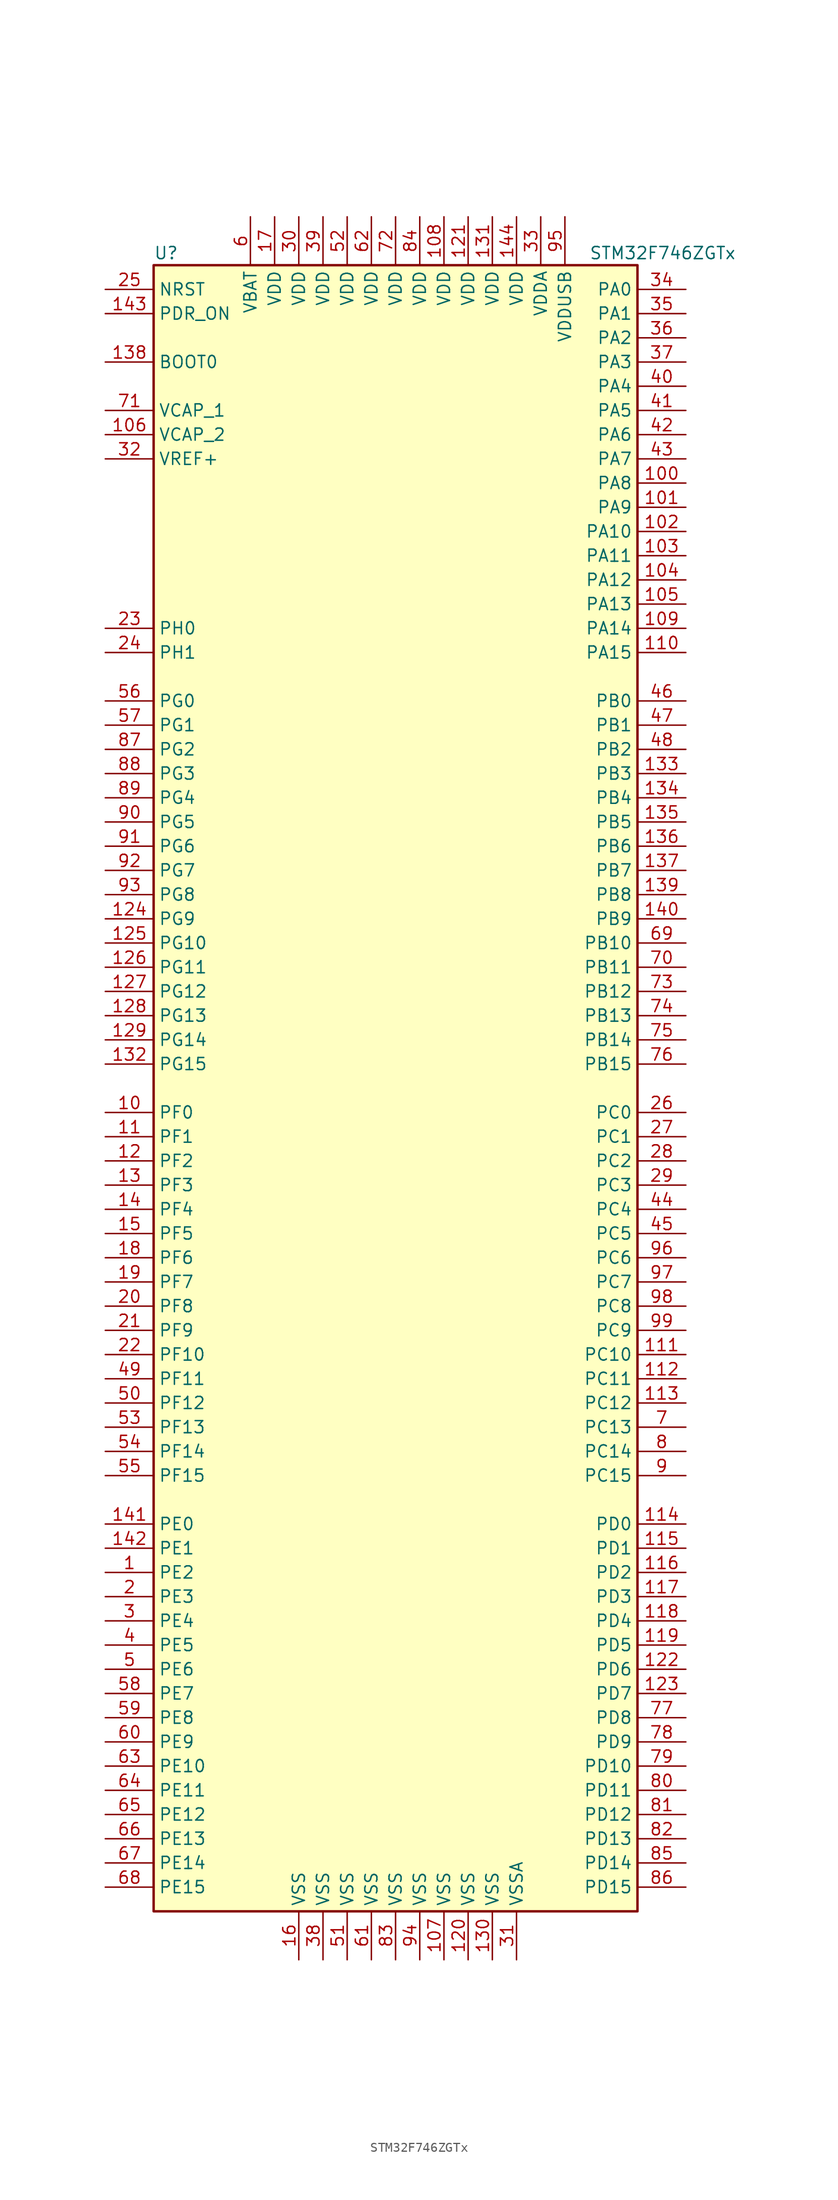
<source format=kicad_sym>
(kicad_symbol_lib
  (version 20211014)
  (generator kicad_symbol_editor)
  (symbol "STM32F746ZGTx"
    (property "Reference" "U"
      (at -25.4 87.63 0)
      (effects (font (size 1.27 1.27)) (justify left)))
    (property "Value" "STM32F746ZGTx"
      (at 20.32 87.63 0)
      (effects (font (size 1.27 1.27)) (justify left)))
    (symbol "STM32F746ZGTx_0_1"
      (rectangle (start -25.4 -86.36) (end 25.4 86.36) (stroke (width 0.254) (type default) (color 0 0 0 0)) (fill (type background))))
    (symbol "STM32F746ZGTx_1_1"
      (pin bidirectional line (at -30.48 -50.8 0) (length 5.08) (name "PE2" (effects (font (size 1.27 1.27)))) (number "1" (effects (font (size 1.27 1.27)))))
      (pin bidirectional line (at -30.48 -2.54 0) (length 5.08) (name "PF0" (effects (font (size 1.27 1.27)))) (number "10" (effects (font (size 1.27 1.27)))))
      (pin bidirectional line (at 30.48 63.5 180) (length 5.08) (name "PA8" (effects (font (size 1.27 1.27)))) (number "100" (effects (font (size 1.27 1.27)))))
      (pin bidirectional line (at 30.48 60.96 180) (length 5.08) (name "PA9" (effects (font (size 1.27 1.27)))) (number "101" (effects (font (size 1.27 1.27)))))
      (pin bidirectional line (at 30.48 58.42 180) (length 5.08) (name "PA10" (effects (font (size 1.27 1.27)))) (number "102" (effects (font (size 1.27 1.27)))))
      (pin bidirectional line (at 30.48 55.88 180) (length 5.08) (name "PA11" (effects (font (size 1.27 1.27)))) (number "103" (effects (font (size 1.27 1.27)))))
      (pin bidirectional line (at 30.48 53.34 180) (length 5.08) (name "PA12" (effects (font (size 1.27 1.27)))) (number "104" (effects (font (size 1.27 1.27)))))
      (pin bidirectional line (at 30.48 50.8 180) (length 5.08) (name "PA13" (effects (font (size 1.27 1.27)))) (number "105" (effects (font (size 1.27 1.27)))))
      (pin power_in line (at -30.48 68.58 0) (length 5.08) (name "VCAP_2" (effects (font (size 1.27 1.27)))) (number "106" (effects (font (size 1.27 1.27)))))
      (pin power_in line (at 5.08 -91.44 90) (length 5.08) (name "VSS" (effects (font (size 1.27 1.27)))) (number "107" (effects (font (size 1.27 1.27)))))
      (pin power_in line (at 5.08 91.44 270) (length 5.08) (name "VDD" (effects (font (size 1.27 1.27)))) (number "108" (effects (font (size 1.27 1.27)))))
      (pin bidirectional line (at 30.48 48.26 180) (length 5.08) (name "PA14" (effects (font (size 1.27 1.27)))) (number "109" (effects (font (size 1.27 1.27)))))
      (pin bidirectional line (at -30.48 -5.08 0) (length 5.08) (name "PF1" (effects (font (size 1.27 1.27)))) (number "11" (effects (font (size 1.27 1.27)))))
      (pin bidirectional line (at 30.48 45.72 180) (length 5.08) (name "PA15" (effects (font (size 1.27 1.27)))) (number "110" (effects (font (size 1.27 1.27)))))
      (pin bidirectional line (at 30.48 -27.94 180) (length 5.08) (name "PC10" (effects (font (size 1.27 1.27)))) (number "111" (effects (font (size 1.27 1.27)))))
      (pin bidirectional line (at 30.48 -30.48 180) (length 5.08) (name "PC11" (effects (font (size 1.27 1.27)))) (number "112" (effects (font (size 1.27 1.27)))))
      (pin bidirectional line (at 30.48 -33.02 180) (length 5.08) (name "PC12" (effects (font (size 1.27 1.27)))) (number "113" (effects (font (size 1.27 1.27)))))
      (pin bidirectional line (at 30.48 -45.72 180) (length 5.08) (name "PD0" (effects (font (size 1.27 1.27)))) (number "114" (effects (font (size 1.27 1.27)))))
      (pin bidirectional line (at 30.48 -48.26 180) (length 5.08) (name "PD1" (effects (font (size 1.27 1.27)))) (number "115" (effects (font (size 1.27 1.27)))))
      (pin bidirectional line (at 30.48 -50.8 180) (length 5.08) (name "PD2" (effects (font (size 1.27 1.27)))) (number "116" (effects (font (size 1.27 1.27)))))
      (pin bidirectional line (at 30.48 -53.34 180) (length 5.08) (name "PD3" (effects (font (size 1.27 1.27)))) (number "117" (effects (font (size 1.27 1.27)))))
      (pin bidirectional line (at 30.48 -55.88 180) (length 5.08) (name "PD4" (effects (font (size 1.27 1.27)))) (number "118" (effects (font (size 1.27 1.27)))))
      (pin bidirectional line (at 30.48 -58.42 180) (length 5.08) (name "PD5" (effects (font (size 1.27 1.27)))) (number "119" (effects (font (size 1.27 1.27)))))
      (pin bidirectional line (at -30.48 -7.62 0) (length 5.08) (name "PF2" (effects (font (size 1.27 1.27)))) (number "12" (effects (font (size 1.27 1.27)))))
      (pin power_in line (at 7.62 -91.44 90) (length 5.08) (name "VSS" (effects (font (size 1.27 1.27)))) (number "120" (effects (font (size 1.27 1.27)))))
      (pin power_in line (at 7.62 91.44 270) (length 5.08) (name "VDD" (effects (font (size 1.27 1.27)))) (number "121" (effects (font (size 1.27 1.27)))))
      (pin bidirectional line (at 30.48 -60.96 180) (length 5.08) (name "PD6" (effects (font (size 1.27 1.27)))) (number "122" (effects (font (size 1.27 1.27)))))
      (pin bidirectional line (at 30.48 -63.5 180) (length 5.08) (name "PD7" (effects (font (size 1.27 1.27)))) (number "123" (effects (font (size 1.27 1.27)))))
      (pin bidirectional line (at -30.48 17.78 0) (length 5.08) (name "PG9" (effects (font (size 1.27 1.27)))) (number "124" (effects (font (size 1.27 1.27)))))
      (pin bidirectional line (at -30.48 15.24 0) (length 5.08) (name "PG10" (effects (font (size 1.27 1.27)))) (number "125" (effects (font (size 1.27 1.27)))))
      (pin bidirectional line (at -30.48 12.7 0) (length 5.08) (name "PG11" (effects (font (size 1.27 1.27)))) (number "126" (effects (font (size 1.27 1.27)))))
      (pin bidirectional line (at -30.48 10.16 0) (length 5.08) (name "PG12" (effects (font (size 1.27 1.27)))) (number "127" (effects (font (size 1.27 1.27)))))
      (pin bidirectional line (at -30.48 7.62 0) (length 5.08) (name "PG13" (effects (font (size 1.27 1.27)))) (number "128" (effects (font (size 1.27 1.27)))))
      (pin bidirectional line (at -30.48 5.08 0) (length 5.08) (name "PG14" (effects (font (size 1.27 1.27)))) (number "129" (effects (font (size 1.27 1.27)))))
      (pin bidirectional line (at -30.48 -10.16 0) (length 5.08) (name "PF3" (effects (font (size 1.27 1.27)))) (number "13" (effects (font (size 1.27 1.27)))))
      (pin power_in line (at 10.16 -91.44 90) (length 5.08) (name "VSS" (effects (font (size 1.27 1.27)))) (number "130" (effects (font (size 1.27 1.27)))))
      (pin power_in line (at 10.16 91.44 270) (length 5.08) (name "VDD" (effects (font (size 1.27 1.27)))) (number "131" (effects (font (size 1.27 1.27)))))
      (pin bidirectional line (at -30.48 2.54 0) (length 5.08) (name "PG15" (effects (font (size 1.27 1.27)))) (number "132" (effects (font (size 1.27 1.27)))))
      (pin bidirectional line (at 30.48 33.02 180) (length 5.08) (name "PB3" (effects (font (size 1.27 1.27)))) (number "133" (effects (font (size 1.27 1.27)))))
      (pin bidirectional line (at 30.48 30.48 180) (length 5.08) (name "PB4" (effects (font (size 1.27 1.27)))) (number "134" (effects (font (size 1.27 1.27)))))
      (pin bidirectional line (at 30.48 27.94 180) (length 5.08) (name "PB5" (effects (font (size 1.27 1.27)))) (number "135" (effects (font (size 1.27 1.27)))))
      (pin bidirectional line (at 30.48 25.4 180) (length 5.08) (name "PB6" (effects (font (size 1.27 1.27)))) (number "136" (effects (font (size 1.27 1.27)))))
      (pin bidirectional line (at 30.48 22.86 180) (length 5.08) (name "PB7" (effects (font (size 1.27 1.27)))) (number "137" (effects (font (size 1.27 1.27)))))
      (pin input line (at -30.48 76.2 0) (length 5.08) (name "BOOT0" (effects (font (size 1.27 1.27)))) (number "138" (effects (font (size 1.27 1.27)))))
      (pin bidirectional line (at 30.48 20.32 180) (length 5.08) (name "PB8" (effects (font (size 1.27 1.27)))) (number "139" (effects (font (size 1.27 1.27)))))
      (pin bidirectional line (at -30.48 -12.7 0) (length 5.08) (name "PF4" (effects (font (size 1.27 1.27)))) (number "14" (effects (font (size 1.27 1.27)))))
      (pin bidirectional line (at 30.48 17.78 180) (length 5.08) (name "PB9" (effects (font (size 1.27 1.27)))) (number "140" (effects (font (size 1.27 1.27)))))
      (pin bidirectional line (at -30.48 -45.72 0) (length 5.08) (name "PE0" (effects (font (size 1.27 1.27)))) (number "141" (effects (font (size 1.27 1.27)))))
      (pin bidirectional line (at -30.48 -48.26 0) (length 5.08) (name "PE1" (effects (font (size 1.27 1.27)))) (number "142" (effects (font (size 1.27 1.27)))))
      (pin input line (at -30.48 81.28 0) (length 5.08) (name "PDR_ON" (effects (font (size 1.27 1.27)))) (number "143" (effects (font (size 1.27 1.27)))))
      (pin power_in line (at 12.7 91.44 270) (length 5.08) (name "VDD" (effects (font (size 1.27 1.27)))) (number "144" (effects (font (size 1.27 1.27)))))
      (pin bidirectional line (at -30.48 -15.24 0) (length 5.08) (name "PF5" (effects (font (size 1.27 1.27)))) (number "15" (effects (font (size 1.27 1.27)))))
      (pin power_in line (at -10.16 -91.44 90) (length 5.08) (name "VSS" (effects (font (size 1.27 1.27)))) (number "16" (effects (font (size 1.27 1.27)))))
      (pin power_in line (at -12.7 91.44 270) (length 5.08) (name "VDD" (effects (font (size 1.27 1.27)))) (number "17" (effects (font (size 1.27 1.27)))))
      (pin bidirectional line (at -30.48 -17.78 0) (length 5.08) (name "PF6" (effects (font (size 1.27 1.27)))) (number "18" (effects (font (size 1.27 1.27)))))
      (pin bidirectional line (at -30.48 -20.32 0) (length 5.08) (name "PF7" (effects (font (size 1.27 1.27)))) (number "19" (effects (font (size 1.27 1.27)))))
      (pin bidirectional line (at -30.48 -53.34 0) (length 5.08) (name "PE3" (effects (font (size 1.27 1.27)))) (number "2" (effects (font (size 1.27 1.27)))))
      (pin bidirectional line (at -30.48 -22.86 0) (length 5.08) (name "PF8" (effects (font (size 1.27 1.27)))) (number "20" (effects (font (size 1.27 1.27)))))
      (pin bidirectional line (at -30.48 -25.4 0) (length 5.08) (name "PF9" (effects (font (size 1.27 1.27)))) (number "21" (effects (font (size 1.27 1.27)))))
      (pin bidirectional line (at -30.48 -27.94 0) (length 5.08) (name "PF10" (effects (font (size 1.27 1.27)))) (number "22" (effects (font (size 1.27 1.27)))))
      (pin input line (at -30.48 48.26 0) (length 5.08) (name "PH0" (effects (font (size 1.27 1.27)))) (number "23" (effects (font (size 1.27 1.27)))))
      (pin input line (at -30.48 45.72 0) (length 5.08) (name "PH1" (effects (font (size 1.27 1.27)))) (number "24" (effects (font (size 1.27 1.27)))))
      (pin input line (at -30.48 83.82 0) (length 5.08) (name "NRST" (effects (font (size 1.27 1.27)))) (number "25" (effects (font (size 1.27 1.27)))))
      (pin bidirectional line (at 30.48 -2.54 180) (length 5.08) (name "PC0" (effects (font (size 1.27 1.27)))) (number "26" (effects (font (size 1.27 1.27)))))
      (pin bidirectional line (at 30.48 -5.08 180) (length 5.08) (name "PC1" (effects (font (size 1.27 1.27)))) (number "27" (effects (font (size 1.27 1.27)))))
      (pin bidirectional line (at 30.48 -7.62 180) (length 5.08) (name "PC2" (effects (font (size 1.27 1.27)))) (number "28" (effects (font (size 1.27 1.27)))))
      (pin bidirectional line (at 30.48 -10.16 180) (length 5.08) (name "PC3" (effects (font (size 1.27 1.27)))) (number "29" (effects (font (size 1.27 1.27)))))
      (pin bidirectional line (at -30.48 -55.88 0) (length 5.08) (name "PE4" (effects (font (size 1.27 1.27)))) (number "3" (effects (font (size 1.27 1.27)))))
      (pin power_in line (at -10.16 91.44 270) (length 5.08) (name "VDD" (effects (font (size 1.27 1.27)))) (number "30" (effects (font (size 1.27 1.27)))))
      (pin power_in line (at 12.7 -91.44 90) (length 5.08) (name "VSSA" (effects (font (size 1.27 1.27)))) (number "31" (effects (font (size 1.27 1.27)))))
      (pin power_in line (at -30.48 66.04 0) (length 5.08) (name "VREF+" (effects (font (size 1.27 1.27)))) (number "32" (effects (font (size 1.27 1.27)))))
      (pin power_in line (at 15.24 91.44 270) (length 5.08) (name "VDDA" (effects (font (size 1.27 1.27)))) (number "33" (effects (font (size 1.27 1.27)))))
      (pin bidirectional line (at 30.48 83.82 180) (length 5.08) (name "PA0" (effects (font (size 1.27 1.27)))) (number "34" (effects (font (size 1.27 1.27)))))
      (pin bidirectional line (at 30.48 81.28 180) (length 5.08) (name "PA1" (effects (font (size 1.27 1.27)))) (number "35" (effects (font (size 1.27 1.27)))))
      (pin bidirectional line (at 30.48 78.74 180) (length 5.08) (name "PA2" (effects (font (size 1.27 1.27)))) (number "36" (effects (font (size 1.27 1.27)))))
      (pin bidirectional line (at 30.48 76.2 180) (length 5.08) (name "PA3" (effects (font (size 1.27 1.27)))) (number "37" (effects (font (size 1.27 1.27)))))
      (pin power_in line (at -7.62 -91.44 90) (length 5.08) (name "VSS" (effects (font (size 1.27 1.27)))) (number "38" (effects (font (size 1.27 1.27)))))
      (pin power_in line (at -7.62 91.44 270) (length 5.08) (name "VDD" (effects (font (size 1.27 1.27)))) (number "39" (effects (font (size 1.27 1.27)))))
      (pin bidirectional line (at -30.48 -58.42 0) (length 5.08) (name "PE5" (effects (font (size 1.27 1.27)))) (number "4" (effects (font (size 1.27 1.27)))))
      (pin bidirectional line (at 30.48 73.66 180) (length 5.08) (name "PA4" (effects (font (size 1.27 1.27)))) (number "40" (effects (font (size 1.27 1.27)))))
      (pin bidirectional line (at 30.48 71.12 180) (length 5.08) (name "PA5" (effects (font (size 1.27 1.27)))) (number "41" (effects (font (size 1.27 1.27)))))
      (pin bidirectional line (at 30.48 68.58 180) (length 5.08) (name "PA6" (effects (font (size 1.27 1.27)))) (number "42" (effects (font (size 1.27 1.27)))))
      (pin bidirectional line (at 30.48 66.04 180) (length 5.08) (name "PA7" (effects (font (size 1.27 1.27)))) (number "43" (effects (font (size 1.27 1.27)))))
      (pin bidirectional line (at 30.48 -12.7 180) (length 5.08) (name "PC4" (effects (font (size 1.27 1.27)))) (number "44" (effects (font (size 1.27 1.27)))))
      (pin bidirectional line (at 30.48 -15.24 180) (length 5.08) (name "PC5" (effects (font (size 1.27 1.27)))) (number "45" (effects (font (size 1.27 1.27)))))
      (pin bidirectional line (at 30.48 40.64 180) (length 5.08) (name "PB0" (effects (font (size 1.27 1.27)))) (number "46" (effects (font (size 1.27 1.27)))))
      (pin bidirectional line (at 30.48 38.1 180) (length 5.08) (name "PB1" (effects (font (size 1.27 1.27)))) (number "47" (effects (font (size 1.27 1.27)))))
      (pin bidirectional line (at 30.48 35.56 180) (length 5.08) (name "PB2" (effects (font (size 1.27 1.27)))) (number "48" (effects (font (size 1.27 1.27)))))
      (pin bidirectional line (at -30.48 -30.48 0) (length 5.08) (name "PF11" (effects (font (size 1.27 1.27)))) (number "49" (effects (font (size 1.27 1.27)))))
      (pin bidirectional line (at -30.48 -60.96 0) (length 5.08) (name "PE6" (effects (font (size 1.27 1.27)))) (number "5" (effects (font (size 1.27 1.27)))))
      (pin bidirectional line (at -30.48 -33.02 0) (length 5.08) (name "PF12" (effects (font (size 1.27 1.27)))) (number "50" (effects (font (size 1.27 1.27)))))
      (pin power_in line (at -5.08 -91.44 90) (length 5.08) (name "VSS" (effects (font (size 1.27 1.27)))) (number "51" (effects (font (size 1.27 1.27)))))
      (pin power_in line (at -5.08 91.44 270) (length 5.08) (name "VDD" (effects (font (size 1.27 1.27)))) (number "52" (effects (font (size 1.27 1.27)))))
      (pin bidirectional line (at -30.48 -35.56 0) (length 5.08) (name "PF13" (effects (font (size 1.27 1.27)))) (number "53" (effects (font (size 1.27 1.27)))))
      (pin bidirectional line (at -30.48 -38.1 0) (length 5.08) (name "PF14" (effects (font (size 1.27 1.27)))) (number "54" (effects (font (size 1.27 1.27)))))
      (pin bidirectional line (at -30.48 -40.64 0) (length 5.08) (name "PF15" (effects (font (size 1.27 1.27)))) (number "55" (effects (font (size 1.27 1.27)))))
      (pin bidirectional line (at -30.48 40.64 0) (length 5.08) (name "PG0" (effects (font (size 1.27 1.27)))) (number "56" (effects (font (size 1.27 1.27)))))
      (pin bidirectional line (at -30.48 38.1 0) (length 5.08) (name "PG1" (effects (font (size 1.27 1.27)))) (number "57" (effects (font (size 1.27 1.27)))))
      (pin bidirectional line (at -30.48 -63.5 0) (length 5.08) (name "PE7" (effects (font (size 1.27 1.27)))) (number "58" (effects (font (size 1.27 1.27)))))
      (pin bidirectional line (at -30.48 -66.04 0) (length 5.08) (name "PE8" (effects (font (size 1.27 1.27)))) (number "59" (effects (font (size 1.27 1.27)))))
      (pin power_in line (at -15.24 91.44 270) (length 5.08) (name "VBAT" (effects (font (size 1.27 1.27)))) (number "6" (effects (font (size 1.27 1.27)))))
      (pin bidirectional line (at -30.48 -68.58 0) (length 5.08) (name "PE9" (effects (font (size 1.27 1.27)))) (number "60" (effects (font (size 1.27 1.27)))))
      (pin power_in line (at -2.54 -91.44 90) (length 5.08) (name "VSS" (effects (font (size 1.27 1.27)))) (number "61" (effects (font (size 1.27 1.27)))))
      (pin power_in line (at -2.54 91.44 270) (length 5.08) (name "VDD" (effects (font (size 1.27 1.27)))) (number "62" (effects (font (size 1.27 1.27)))))
      (pin bidirectional line (at -30.48 -71.12 0) (length 5.08) (name "PE10" (effects (font (size 1.27 1.27)))) (number "63" (effects (font (size 1.27 1.27)))))
      (pin bidirectional line (at -30.48 -73.66 0) (length 5.08) (name "PE11" (effects (font (size 1.27 1.27)))) (number "64" (effects (font (size 1.27 1.27)))))
      (pin bidirectional line (at -30.48 -76.2 0) (length 5.08) (name "PE12" (effects (font (size 1.27 1.27)))) (number "65" (effects (font (size 1.27 1.27)))))
      (pin bidirectional line (at -30.48 -78.74 0) (length 5.08) (name "PE13" (effects (font (size 1.27 1.27)))) (number "66" (effects (font (size 1.27 1.27)))))
      (pin bidirectional line (at -30.48 -81.28 0) (length 5.08) (name "PE14" (effects (font (size 1.27 1.27)))) (number "67" (effects (font (size 1.27 1.27)))))
      (pin bidirectional line (at -30.48 -83.82 0) (length 5.08) (name "PE15" (effects (font (size 1.27 1.27)))) (number "68" (effects (font (size 1.27 1.27)))))
      (pin bidirectional line (at 30.48 15.24 180) (length 5.08) (name "PB10" (effects (font (size 1.27 1.27)))) (number "69" (effects (font (size 1.27 1.27)))))
      (pin bidirectional line (at 30.48 -35.56 180) (length 5.08) (name "PC13" (effects (font (size 1.27 1.27)))) (number "7" (effects (font (size 1.27 1.27)))))
      (pin bidirectional line (at 30.48 12.7 180) (length 5.08) (name "PB11" (effects (font (size 1.27 1.27)))) (number "70" (effects (font (size 1.27 1.27)))))
      (pin power_in line (at -30.48 71.12 0) (length 5.08) (name "VCAP_1" (effects (font (size 1.27 1.27)))) (number "71" (effects (font (size 1.27 1.27)))))
      (pin power_in line (at 0 91.44 270) (length 5.08) (name "VDD" (effects (font (size 1.27 1.27)))) (number "72" (effects (font (size 1.27 1.27)))))
      (pin bidirectional line (at 30.48 10.16 180) (length 5.08) (name "PB12" (effects (font (size 1.27 1.27)))) (number "73" (effects (font (size 1.27 1.27)))))
      (pin bidirectional line (at 30.48 7.62 180) (length 5.08) (name "PB13" (effects (font (size 1.27 1.27)))) (number "74" (effects (font (size 1.27 1.27)))))
      (pin bidirectional line (at 30.48 5.08 180) (length 5.08) (name "PB14" (effects (font (size 1.27 1.27)))) (number "75" (effects (font (size 1.27 1.27)))))
      (pin bidirectional line (at 30.48 2.54 180) (length 5.08) (name "PB15" (effects (font (size 1.27 1.27)))) (number "76" (effects (font (size 1.27 1.27)))))
      (pin bidirectional line (at 30.48 -66.04 180) (length 5.08) (name "PD8" (effects (font (size 1.27 1.27)))) (number "77" (effects (font (size 1.27 1.27)))))
      (pin bidirectional line (at 30.48 -68.58 180) (length 5.08) (name "PD9" (effects (font (size 1.27 1.27)))) (number "78" (effects (font (size 1.27 1.27)))))
      (pin bidirectional line (at 30.48 -71.12 180) (length 5.08) (name "PD10" (effects (font (size 1.27 1.27)))) (number "79" (effects (font (size 1.27 1.27)))))
      (pin bidirectional line (at 30.48 -38.1 180) (length 5.08) (name "PC14" (effects (font (size 1.27 1.27)))) (number "8" (effects (font (size 1.27 1.27)))))
      (pin bidirectional line (at 30.48 -73.66 180) (length 5.08) (name "PD11" (effects (font (size 1.27 1.27)))) (number "80" (effects (font (size 1.27 1.27)))))
      (pin bidirectional line (at 30.48 -76.2 180) (length 5.08) (name "PD12" (effects (font (size 1.27 1.27)))) (number "81" (effects (font (size 1.27 1.27)))))
      (pin bidirectional line (at 30.48 -78.74 180) (length 5.08) (name "PD13" (effects (font (size 1.27 1.27)))) (number "82" (effects (font (size 1.27 1.27)))))
      (pin power_in line (at 0 -91.44 90) (length 5.08) (name "VSS" (effects (font (size 1.27 1.27)))) (number "83" (effects (font (size 1.27 1.27)))))
      (pin power_in line (at 2.54 91.44 270) (length 5.08) (name "VDD" (effects (font (size 1.27 1.27)))) (number "84" (effects (font (size 1.27 1.27)))))
      (pin bidirectional line (at 30.48 -81.28 180) (length 5.08) (name "PD14" (effects (font (size 1.27 1.27)))) (number "85" (effects (font (size 1.27 1.27)))))
      (pin bidirectional line (at 30.48 -83.82 180) (length 5.08) (name "PD15" (effects (font (size 1.27 1.27)))) (number "86" (effects (font (size 1.27 1.27)))))
      (pin bidirectional line (at -30.48 35.56 0) (length 5.08) (name "PG2" (effects (font (size 1.27 1.27)))) (number "87" (effects (font (size 1.27 1.27)))))
      (pin bidirectional line (at -30.48 33.02 0) (length 5.08) (name "PG3" (effects (font (size 1.27 1.27)))) (number "88" (effects (font (size 1.27 1.27)))))
      (pin bidirectional line (at -30.48 30.48 0) (length 5.08) (name "PG4" (effects (font (size 1.27 1.27)))) (number "89" (effects (font (size 1.27 1.27)))))
      (pin bidirectional line (at 30.48 -40.64 180) (length 5.08) (name "PC15" (effects (font (size 1.27 1.27)))) (number "9" (effects (font (size 1.27 1.27)))))
      (pin bidirectional line (at -30.48 27.94 0) (length 5.08) (name "PG5" (effects (font (size 1.27 1.27)))) (number "90" (effects (font (size 1.27 1.27)))))
      (pin bidirectional line (at -30.48 25.4 0) (length 5.08) (name "PG6" (effects (font (size 1.27 1.27)))) (number "91" (effects (font (size 1.27 1.27)))))
      (pin bidirectional line (at -30.48 22.86 0) (length 5.08) (name "PG7" (effects (font (size 1.27 1.27)))) (number "92" (effects (font (size 1.27 1.27)))))
      (pin bidirectional line (at -30.48 20.32 0) (length 5.08) (name "PG8" (effects (font (size 1.27 1.27)))) (number "93" (effects (font (size 1.27 1.27)))))
      (pin power_in line (at 2.54 -91.44 90) (length 5.08) (name "VSS" (effects (font (size 1.27 1.27)))) (number "94" (effects (font (size 1.27 1.27)))))
      (pin power_in line (at 17.78 91.44 270) (length 5.08) (name "VDDUSB" (effects (font (size 1.27 1.27)))) (number "95" (effects (font (size 1.27 1.27)))))
      (pin bidirectional line (at 30.48 -17.78 180) (length 5.08) (name "PC6" (effects (font (size 1.27 1.27)))) (number "96" (effects (font (size 1.27 1.27)))))
      (pin bidirectional line (at 30.48 -20.32 180) (length 5.08) (name "PC7" (effects (font (size 1.27 1.27)))) (number "97" (effects (font (size 1.27 1.27)))))
      (pin bidirectional line (at 30.48 -22.86 180) (length 5.08) (name "PC8" (effects (font (size 1.27 1.27)))) (number "98" (effects (font (size 1.27 1.27)))))
      (pin bidirectional line (at 30.48 -25.4 180) (length 5.08) (name "PC9" (effects (font (size 1.27 1.27)))) (number "99" (effects (font (size 1.27 1.27))))))))
</source>
